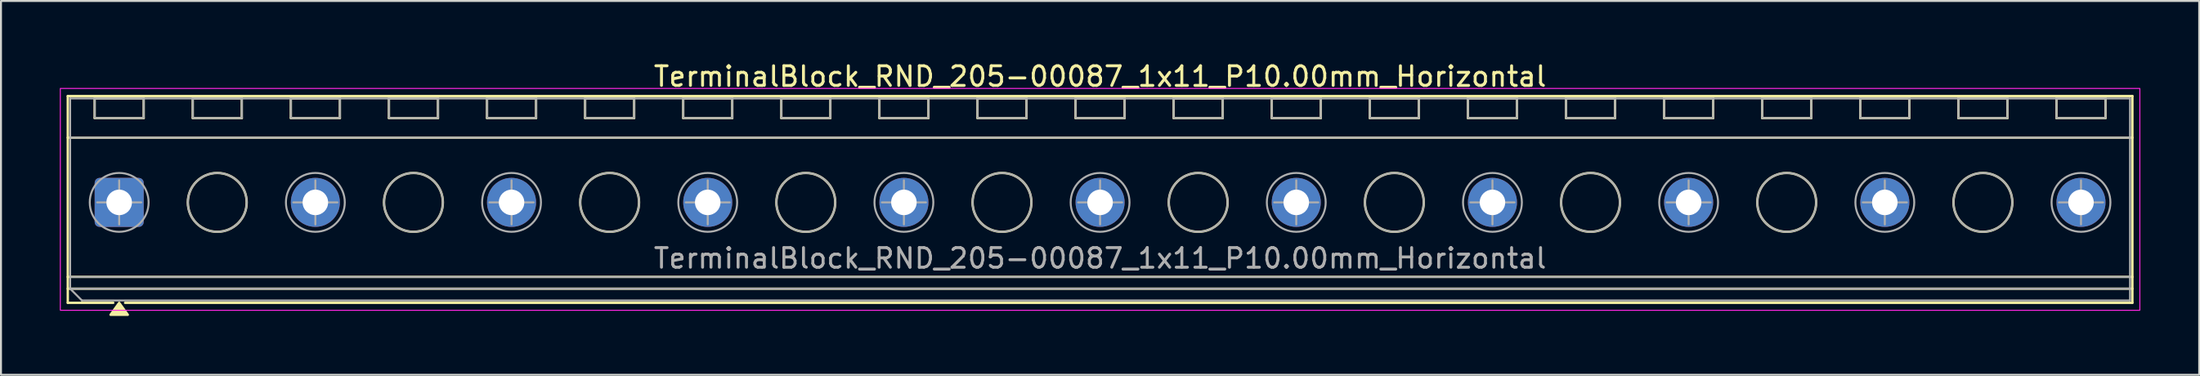
<source format=kicad_pcb>
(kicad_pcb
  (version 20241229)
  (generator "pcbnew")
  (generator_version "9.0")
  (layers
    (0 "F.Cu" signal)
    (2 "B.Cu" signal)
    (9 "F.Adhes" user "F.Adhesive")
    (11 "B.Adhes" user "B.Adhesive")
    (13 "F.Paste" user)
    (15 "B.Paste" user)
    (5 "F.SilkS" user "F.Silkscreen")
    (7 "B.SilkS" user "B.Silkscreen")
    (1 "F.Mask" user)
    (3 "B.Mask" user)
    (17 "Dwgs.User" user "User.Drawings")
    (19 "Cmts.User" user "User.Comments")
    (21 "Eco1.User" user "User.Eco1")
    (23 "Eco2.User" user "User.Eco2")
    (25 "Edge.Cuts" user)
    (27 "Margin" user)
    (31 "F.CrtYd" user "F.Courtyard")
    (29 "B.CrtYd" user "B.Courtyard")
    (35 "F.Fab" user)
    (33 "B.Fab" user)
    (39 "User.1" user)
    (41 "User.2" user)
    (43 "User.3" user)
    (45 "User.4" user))
  (footprint "TerminalBlock_RND_205-00087_1x11_P10.00mm_Horizontal"
    (layer "F.Cu")
    (at 3.025 7.268)
    (property "Reference" "TerminalBlock_RND_205-00087_1x11_P10.00mm_Horizontal" (at 50 -6.42 0) (layer "F.SilkS") (effects (font (size 1 1) (thickness 0.15))))
    (attr through_hole)
    (fp_line (start -2.62 -5.42) (end 102.62 -5.42) (stroke (width 0.12) (type solid)) (layer "F.SilkS"))
    (fp_line (start -2.62 -3.3) (end 102.62 -3.3) (stroke (width 0.12) (type solid)) (layer "F.SilkS"))
    (fp_line (start -2.62 3.8) (end 102.62 3.8) (stroke (width 0.12) (type solid)) (layer "F.SilkS"))
    (fp_line (start -2.62 4.4) (end 102.62 4.4) (stroke (width 0.12) (type solid)) (layer "F.SilkS"))
    (fp_line (start -2.62 5.12) (end -2.62 -5.42) (stroke (width 0.12) (type solid)) (layer "F.SilkS"))
    (fp_line (start -1.25 -5.3) (end 1.25 -5.3) (stroke (width 0.12) (type solid)) (layer "F.SilkS"))
    (fp_line (start -1.25 -4.3) (end -1.25 -5.3) (stroke (width 0.12) (type solid)) (layer "F.SilkS"))
    (fp_line (start -0.3 5.12) (end -2.62 5.12) (stroke (width 0.12) (type solid)) (layer "F.SilkS"))
    (fp_line (start 1.25 -5.3) (end 1.25 -4.3) (stroke (width 0.12) (type solid)) (layer "F.SilkS"))
    (fp_line (start 1.25 -4.3) (end -1.25 -4.3) (stroke (width 0.12) (type solid)) (layer "F.SilkS"))
    (fp_line (start 3.75 -5.3) (end 6.25 -5.3) (stroke (width 0.12) (type solid)) (layer "F.SilkS"))
    (fp_line (start 3.75 -4.3) (end 3.75 -5.3) (stroke (width 0.12) (type solid)) (layer "F.SilkS"))
    (fp_line (start 6.25 -5.3) (end 6.25 -4.3) (stroke (width 0.12) (type solid)) (layer "F.SilkS"))
    (fp_line (start 6.25 -4.3) (end 3.75 -4.3) (stroke (width 0.12) (type solid)) (layer "F.SilkS"))
    (fp_line (start 8.75 -5.3) (end 11.25 -5.3) (stroke (width 0.12) (type solid)) (layer "F.SilkS"))
    (fp_line (start 8.75 -4.3) (end 8.75 -5.3) (stroke (width 0.12) (type solid)) (layer "F.SilkS"))
    (fp_line (start 11.25 -5.3) (end 11.25 -4.3) (stroke (width 0.12) (type solid)) (layer "F.SilkS"))
    (fp_line (start 11.25 -4.3) (end 8.75 -4.3) (stroke (width 0.12) (type solid)) (layer "F.SilkS"))
    (fp_line (start 13.75 -5.3) (end 16.25 -5.3) (stroke (width 0.12) (type solid)) (layer "F.SilkS"))
    (fp_line (start 13.75 -4.3) (end 13.75 -5.3) (stroke (width 0.12) (type solid)) (layer "F.SilkS"))
    (fp_line (start 16.25 -5.3) (end 16.25 -4.3) (stroke (width 0.12) (type solid)) (layer "F.SilkS"))
    (fp_line (start 16.25 -4.3) (end 13.75 -4.3) (stroke (width 0.12) (type solid)) (layer "F.SilkS"))
    (fp_line (start 18.75 -5.3) (end 21.25 -5.3) (stroke (width 0.12) (type solid)) (layer "F.SilkS"))
    (fp_line (start 18.75 -4.3) (end 18.75 -5.3) (stroke (width 0.12) (type solid)) (layer "F.SilkS"))
    (fp_line (start 21.25 -5.3) (end 21.25 -4.3) (stroke (width 0.12) (type solid)) (layer "F.SilkS"))
    (fp_line (start 21.25 -4.3) (end 18.75 -4.3) (stroke (width 0.12) (type solid)) (layer "F.SilkS"))
    (fp_line (start 23.75 -5.3) (end 26.25 -5.3) (stroke (width 0.12) (type solid)) (layer "F.SilkS"))
    (fp_line (start 23.75 -4.3) (end 23.75 -5.3) (stroke (width 0.12) (type solid)) (layer "F.SilkS"))
    (fp_line (start 26.25 -5.3) (end 26.25 -4.3) (stroke (width 0.12) (type solid)) (layer "F.SilkS"))
    (fp_line (start 26.25 -4.3) (end 23.75 -4.3) (stroke (width 0.12) (type solid)) (layer "F.SilkS"))
    (fp_line (start 28.75 -5.3) (end 31.25 -5.3) (stroke (width 0.12) (type solid)) (layer "F.SilkS"))
    (fp_line (start 28.75 -4.3) (end 28.75 -5.3) (stroke (width 0.12) (type solid)) (layer "F.SilkS"))
    (fp_line (start 31.25 -5.3) (end 31.25 -4.3) (stroke (width 0.12) (type solid)) (layer "F.SilkS"))
    (fp_line (start 31.25 -4.3) (end 28.75 -4.3) (stroke (width 0.12) (type solid)) (layer "F.SilkS"))
    (fp_line (start 33.75 -5.3) (end 36.25 -5.3) (stroke (width 0.12) (type solid)) (layer "F.SilkS"))
    (fp_line (start 33.75 -4.3) (end 33.75 -5.3) (stroke (width 0.12) (type solid)) (layer "F.SilkS"))
    (fp_line (start 36.25 -5.3) (end 36.25 -4.3) (stroke (width 0.12) (type solid)) (layer "F.SilkS"))
    (fp_line (start 36.25 -4.3) (end 33.75 -4.3) (stroke (width 0.12) (type solid)) (layer "F.SilkS"))
    (fp_line (start 38.75 -5.3) (end 41.25 -5.3) (stroke (width 0.12) (type solid)) (layer "F.SilkS"))
    (fp_line (start 38.75 -4.3) (end 38.75 -5.3) (stroke (width 0.12) (type solid)) (layer "F.SilkS"))
    (fp_line (start 41.25 -5.3) (end 41.25 -4.3) (stroke (width 0.12) (type solid)) (layer "F.SilkS"))
    (fp_line (start 41.25 -4.3) (end 38.75 -4.3) (stroke (width 0.12) (type solid)) (layer "F.SilkS"))
    (fp_line (start 43.75 -5.3) (end 46.25 -5.3) (stroke (width 0.12) (type solid)) (layer "F.SilkS"))
    (fp_line (start 43.75 -4.3) (end 43.75 -5.3) (stroke (width 0.12) (type solid)) (layer "F.SilkS"))
    (fp_line (start 46.25 -5.3) (end 46.25 -4.3) (stroke (width 0.12) (type solid)) (layer "F.SilkS"))
    (fp_line (start 46.25 -4.3) (end 43.75 -4.3) (stroke (width 0.12) (type solid)) (layer "F.SilkS"))
    (fp_line (start 48.75 -5.3) (end 51.25 -5.3) (stroke (width 0.12) (type solid)) (layer "F.SilkS"))
    (fp_line (start 48.75 -4.3) (end 48.75 -5.3) (stroke (width 0.12) (type solid)) (layer "F.SilkS"))
    (fp_line (start 51.25 -5.3) (end 51.25 -4.3) (stroke (width 0.12) (type solid)) (layer "F.SilkS"))
    (fp_line (start 51.25 -4.3) (end 48.75 -4.3) (stroke (width 0.12) (type solid)) (layer "F.SilkS"))
    (fp_line (start 53.75 -5.3) (end 56.25 -5.3) (stroke (width 0.12) (type solid)) (layer "F.SilkS"))
    (fp_line (start 53.75 -4.3) (end 53.75 -5.3) (stroke (width 0.12) (type solid)) (layer "F.SilkS"))
    (fp_line (start 56.25 -5.3) (end 56.25 -4.3) (stroke (width 0.12) (type solid)) (layer "F.SilkS"))
    (fp_line (start 56.25 -4.3) (end 53.75 -4.3) (stroke (width 0.12) (type solid)) (layer "F.SilkS"))
    (fp_line (start 58.75 -5.3) (end 61.25 -5.3) (stroke (width 0.12) (type solid)) (layer "F.SilkS"))
    (fp_line (start 58.75 -4.3) (end 58.75 -5.3) (stroke (width 0.12) (type solid)) (layer "F.SilkS"))
    (fp_line (start 61.25 -5.3) (end 61.25 -4.3) (stroke (width 0.12) (type solid)) (layer "F.SilkS"))
    (fp_line (start 61.25 -4.3) (end 58.75 -4.3) (stroke (width 0.12) (type solid)) (layer "F.SilkS"))
    (fp_line (start 63.75 -5.3) (end 66.25 -5.3) (stroke (width 0.12) (type solid)) (layer "F.SilkS"))
    (fp_line (start 63.75 -4.3) (end 63.75 -5.3) (stroke (width 0.12) (type solid)) (layer "F.SilkS"))
    (fp_line (start 66.25 -5.3) (end 66.25 -4.3) (stroke (width 0.12) (type solid)) (layer "F.SilkS"))
    (fp_line (start 66.25 -4.3) (end 63.75 -4.3) (stroke (width 0.12) (type solid)) (layer "F.SilkS"))
    (fp_line (start 68.75 -5.3) (end 71.25 -5.3) (stroke (width 0.12) (type solid)) (layer "F.SilkS"))
    (fp_line (start 68.75 -4.3) (end 68.75 -5.3) (stroke (width 0.12) (type solid)) (layer "F.SilkS"))
    (fp_line (start 71.25 -5.3) (end 71.25 -4.3) (stroke (width 0.12) (type solid)) (layer "F.SilkS"))
    (fp_line (start 71.25 -4.3) (end 68.75 -4.3) (stroke (width 0.12) (type solid)) (layer "F.SilkS"))
    (fp_line (start 73.75 -5.3) (end 76.25 -5.3) (stroke (width 0.12) (type solid)) (layer "F.SilkS"))
    (fp_line (start 73.75 -4.3) (end 73.75 -5.3) (stroke (width 0.12) (type solid)) (layer "F.SilkS"))
    (fp_line (start 76.25 -5.3) (end 76.25 -4.3) (stroke (width 0.12) (type solid)) (layer "F.SilkS"))
    (fp_line (start 76.25 -4.3) (end 73.75 -4.3) (stroke (width 0.12) (type solid)) (layer "F.SilkS"))
    (fp_line (start 78.75 -5.3) (end 81.25 -5.3) (stroke (width 0.12) (type solid)) (layer "F.SilkS"))
    (fp_line (start 78.75 -4.3) (end 78.75 -5.3) (stroke (width 0.12) (type solid)) (layer "F.SilkS"))
    (fp_line (start 81.25 -5.3) (end 81.25 -4.3) (stroke (width 0.12) (type solid)) (layer "F.SilkS"))
    (fp_line (start 81.25 -4.3) (end 78.75 -4.3) (stroke (width 0.12) (type solid)) (layer "F.SilkS"))
    (fp_line (start 83.75 -5.3) (end 86.25 -5.3) (stroke (width 0.12) (type solid)) (layer "F.SilkS"))
    (fp_line (start 83.75 -4.3) (end 83.75 -5.3) (stroke (width 0.12) (type solid)) (layer "F.SilkS"))
    (fp_line (start 86.25 -5.3) (end 86.25 -4.3) (stroke (width 0.12) (type solid)) (layer "F.SilkS"))
    (fp_line (start 86.25 -4.3) (end 83.75 -4.3) (stroke (width 0.12) (type solid)) (layer "F.SilkS"))
    (fp_line (start 88.75 -5.3) (end 91.25 -5.3) (stroke (width 0.12) (type solid)) (layer "F.SilkS"))
    (fp_line (start 88.75 -4.3) (end 88.75 -5.3) (stroke (width 0.12) (type solid)) (layer "F.SilkS"))
    (fp_line (start 91.25 -5.3) (end 91.25 -4.3) (stroke (width 0.12) (type solid)) (layer "F.SilkS"))
    (fp_line (start 91.25 -4.3) (end 88.75 -4.3) (stroke (width 0.12) (type solid)) (layer "F.SilkS"))
    (fp_line (start 93.75 -5.3) (end 96.25 -5.3) (stroke (width 0.12) (type solid)) (layer "F.SilkS"))
    (fp_line (start 93.75 -4.3) (end 93.75 -5.3) (stroke (width 0.12) (type solid)) (layer "F.SilkS"))
    (fp_line (start 96.25 -5.3) (end 96.25 -4.3) (stroke (width 0.12) (type solid)) (layer "F.SilkS"))
    (fp_line (start 96.25 -4.3) (end 93.75 -4.3) (stroke (width 0.12) (type solid)) (layer "F.SilkS"))
    (fp_line (start 98.75 -5.3) (end 101.25 -5.3) (stroke (width 0.12) (type solid)) (layer "F.SilkS"))
    (fp_line (start 98.75 -4.3) (end 98.75 -5.3) (stroke (width 0.12) (type solid)) (layer "F.SilkS"))
    (fp_line (start 101.25 -5.3) (end 101.25 -4.3) (stroke (width 0.12) (type solid)) (layer "F.SilkS"))
    (fp_line (start 101.25 -4.3) (end 98.75 -4.3) (stroke (width 0.12) (type solid)) (layer "F.SilkS"))
    (fp_line (start 102.62 -5.42) (end 102.62 5.12) (stroke (width 0.12) (type solid)) (layer "F.SilkS"))
    (fp_line (start 102.62 5.12) (end 0.3 5.12) (stroke (width 0.12) (type solid)) (layer "F.SilkS"))
    (fp_circle (center 5 0) (end 6.5 0) (stroke (width 0.12) (type solid)) (fill no) (layer "F.SilkS"))
    (fp_circle (center 15 0) (end 16.5 0) (stroke (width 0.12) (type solid)) (fill no) (layer "F.SilkS"))
    (fp_circle (center 25 0) (end 26.5 0) (stroke (width 0.12) (type solid)) (fill no) (layer "F.SilkS"))
    (fp_circle (center 35 0) (end 36.5 0) (stroke (width 0.12) (type solid)) (fill no) (layer "F.SilkS"))
    (fp_circle (center 45 0) (end 46.5 0) (stroke (width 0.12) (type solid)) (fill no) (layer "F.SilkS"))
    (fp_circle (center 55 0) (end 56.5 0) (stroke (width 0.12) (type solid)) (fill no) (layer "F.SilkS"))
    (fp_circle (center 65 0) (end 66.5 0) (stroke (width 0.12) (type solid)) (fill no) (layer "F.SilkS"))
    (fp_circle (center 75 0) (end 76.5 0) (stroke (width 0.12) (type solid)) (fill no) (layer "F.SilkS"))
    (fp_circle (center 85 0) (end 86.5 0) (stroke (width 0.12) (type solid)) (fill no) (layer "F.SilkS"))
    (fp_circle (center 95 0) (end 96.5 0) (stroke (width 0.12) (type solid)) (fill no) (layer "F.SilkS"))
    (fp_poly (pts (xy 0 5.12) (xy 0.44 5.73) (xy -0.44 5.73)) (stroke (width 0.12) (type solid)) (fill yes) (layer "F.SilkS"))
    (fp_rect (start -3 -5.81) (end 103 5.5) (stroke (width 0.05) (type solid)) (fill no) (layer "F.CrtYd"))
    (fp_line (start -2.5 -5.3) (end 102.5 -5.3) (stroke (width 0.1) (type solid)) (layer "F.Fab"))
    (fp_line (start -2.5 -3.3) (end 102.5 -3.3) (stroke (width 0.1) (type solid)) (layer "F.Fab"))
    (fp_line (start -2.5 3.8) (end 102.5 3.8) (stroke (width 0.1) (type solid)) (layer "F.Fab"))
    (fp_line (start -2.5 4.4) (end -2.5 -5.3) (stroke (width 0.1) (type solid)) (layer "F.Fab"))
    (fp_line (start -2.5 4.4) (end 102.5 4.4) (stroke (width 0.1) (type solid)) (layer "F.Fab"))
    (fp_line (start -1.9 5) (end -2.5 4.4) (stroke (width 0.1) (type solid)) (layer "F.Fab"))
    (fp_line (start -1.125 0) (end 1.125 0) (stroke (width 0.1) (type solid)) (layer "F.Fab"))
    (fp_line (start 0 -1.125) (end 0 1.125) (stroke (width 0.1) (type solid)) (layer "F.Fab"))
    (fp_line (start 8.875 0) (end 11.125 0) (stroke (width 0.1) (type solid)) (layer "F.Fab"))
    (fp_line (start 10 -1.125) (end 10 1.125) (stroke (width 0.1) (type solid)) (layer "F.Fab"))
    (fp_line (start 18.875 0) (end 21.125 0) (stroke (width 0.1) (type solid)) (layer "F.Fab"))
    (fp_line (start 20 -1.125) (end 20 1.125) (stroke (width 0.1) (type solid)) (layer "F.Fab"))
    (fp_line (start 28.875 0) (end 31.125 0) (stroke (width 0.1) (type solid)) (layer "F.Fab"))
    (fp_line (start 30 -1.125) (end 30 1.125) (stroke (width 0.1) (type solid)) (layer "F.Fab"))
    (fp_line (start 38.875 0) (end 41.125 0) (stroke (width 0.1) (type solid)) (layer "F.Fab"))
    (fp_line (start 40 -1.125) (end 40 1.125) (stroke (width 0.1) (type solid)) (layer "F.Fab"))
    (fp_line (start 48.875 0) (end 51.125 0) (stroke (width 0.1) (type solid)) (layer "F.Fab"))
    (fp_line (start 50 -1.125) (end 50 1.125) (stroke (width 0.1) (type solid)) (layer "F.Fab"))
    (fp_line (start 58.875 0) (end 61.125 0) (stroke (width 0.1) (type solid)) (layer "F.Fab"))
    (fp_line (start 60 -1.125) (end 60 1.125) (stroke (width 0.1) (type solid)) (layer "F.Fab"))
    (fp_line (start 68.875 0) (end 71.125 0) (stroke (width 0.1) (type solid)) (layer "F.Fab"))
    (fp_line (start 70 -1.125) (end 70 1.125) (stroke (width 0.1) (type solid)) (layer "F.Fab"))
    (fp_line (start 78.875 0) (end 81.125 0) (stroke (width 0.1) (type solid)) (layer "F.Fab"))
    (fp_line (start 80 -1.125) (end 80 1.125) (stroke (width 0.1) (type solid)) (layer "F.Fab"))
    (fp_line (start 88.875 0) (end 91.125 0) (stroke (width 0.1) (type solid)) (layer "F.Fab"))
    (fp_line (start 90 -1.125) (end 90 1.125) (stroke (width 0.1) (type solid)) (layer "F.Fab"))
    (fp_line (start 98.875 0) (end 101.125 0) (stroke (width 0.1) (type solid)) (layer "F.Fab"))
    (fp_line (start 100 -1.125) (end 100 1.125) (stroke (width 0.1) (type solid)) (layer "F.Fab"))
    (fp_line (start 102.5 -5.3) (end 102.5 5) (stroke (width 0.1) (type solid)) (layer "F.Fab"))
    (fp_line (start 102.5 5) (end -1.9 5) (stroke (width 0.1) (type solid)) (layer "F.Fab"))
    (fp_rect (start -1.25 -5.3) (end 1.25 -4.3) (stroke (width 0.1) (type solid)) (fill no) (layer "F.Fab"))
    (fp_rect (start 3.75 -5.3) (end 6.25 -4.3) (stroke (width 0.1) (type solid)) (fill no) (layer "F.Fab"))
    (fp_rect (start 8.75 -5.3) (end 11.25 -4.3) (stroke (width 0.1) (type solid)) (fill no) (layer "F.Fab"))
    (fp_rect (start 13.75 -5.3) (end 16.25 -4.3) (stroke (width 0.1) (type solid)) (fill no) (layer "F.Fab"))
    (fp_rect (start 18.75 -5.3) (end 21.25 -4.3) (stroke (width 0.1) (type solid)) (fill no) (layer "F.Fab"))
    (fp_rect (start 23.75 -5.3) (end 26.25 -4.3) (stroke (width 0.1) (type solid)) (fill no) (layer "F.Fab"))
    (fp_rect (start 28.75 -5.3) (end 31.25 -4.3) (stroke (width 0.1) (type solid)) (fill no) (layer "F.Fab"))
    (fp_rect (start 33.75 -5.3) (end 36.25 -4.3) (stroke (width 0.1) (type solid)) (fill no) (layer "F.Fab"))
    (fp_rect (start 38.75 -5.3) (end 41.25 -4.3) (stroke (width 0.1) (type solid)) (fill no) (layer "F.Fab"))
    (fp_rect (start 43.75 -5.3) (end 46.25 -4.3) (stroke (width 0.1) (type solid)) (fill no) (layer "F.Fab"))
    (fp_rect (start 48.75 -5.3) (end 51.25 -4.3) (stroke (width 0.1) (type solid)) (fill no) (layer "F.Fab"))
    (fp_rect (start 53.75 -5.3) (end 56.25 -4.3) (stroke (width 0.1) (type solid)) (fill no) (layer "F.Fab"))
    (fp_rect (start 58.75 -5.3) (end 61.25 -4.3) (stroke (width 0.1) (type solid)) (fill no) (layer "F.Fab"))
    (fp_rect (start 63.75 -5.3) (end 66.25 -4.3) (stroke (width 0.1) (type solid)) (fill no) (layer "F.Fab"))
    (fp_rect (start 68.75 -5.3) (end 71.25 -4.3) (stroke (width 0.1) (type solid)) (fill no) (layer "F.Fab"))
    (fp_rect (start 73.75 -5.3) (end 76.25 -4.3) (stroke (width 0.1) (type solid)) (fill no) (layer "F.Fab"))
    (fp_rect (start 78.75 -5.3) (end 81.25 -4.3) (stroke (width 0.1) (type solid)) (fill no) (layer "F.Fab"))
    (fp_rect (start 83.75 -5.3) (end 86.25 -4.3) (stroke (width 0.1) (type solid)) (fill no) (layer "F.Fab"))
    (fp_rect (start 88.75 -5.3) (end 91.25 -4.3) (stroke (width 0.1) (type solid)) (fill no) (layer "F.Fab"))
    (fp_rect (start 93.75 -5.3) (end 96.25 -4.3) (stroke (width 0.1) (type solid)) (fill no) (layer "F.Fab"))
    (fp_rect (start 98.75 -5.3) (end 101.25 -4.3) (stroke (width 0.1) (type solid)) (fill no) (layer "F.Fab"))
    (fp_circle (center 0 0) (end 1.5 0) (stroke (width 0.1) (type solid)) (fill no) (layer "F.Fab"))
    (fp_circle (center 5 0) (end 6.5 0) (stroke (width 0.1) (type solid)) (fill no) (layer "F.Fab"))
    (fp_circle (center 10 0) (end 11.5 0) (stroke (width 0.1) (type solid)) (fill no) (layer "F.Fab"))
    (fp_circle (center 15 0) (end 16.5 0) (stroke (width 0.1) (type solid)) (fill no) (layer "F.Fab"))
    (fp_circle (center 20 0) (end 21.5 0) (stroke (width 0.1) (type solid)) (fill no) (layer "F.Fab"))
    (fp_circle (center 25 0) (end 26.5 0) (stroke (width 0.1) (type solid)) (fill no) (layer "F.Fab"))
    (fp_circle (center 30 0) (end 31.5 0) (stroke (width 0.1) (type solid)) (fill no) (layer "F.Fab"))
    (fp_circle (center 35 0) (end 36.5 0) (stroke (width 0.1) (type solid)) (fill no) (layer "F.Fab"))
    (fp_circle (center 40 0) (end 41.5 0) (stroke (width 0.1) (type solid)) (fill no) (layer "F.Fab"))
    (fp_circle (center 45 0) (end 46.5 0) (stroke (width 0.1) (type solid)) (fill no) (layer "F.Fab"))
    (fp_circle (center 50 0) (end 51.5 0) (stroke (width 0.1) (type solid)) (fill no) (layer "F.Fab"))
    (fp_circle (center 55 0) (end 56.5 0) (stroke (width 0.1) (type solid)) (fill no) (layer "F.Fab"))
    (fp_circle (center 60 0) (end 61.5 0) (stroke (width 0.1) (type solid)) (fill no) (layer "F.Fab"))
    (fp_circle (center 65 0) (end 66.5 0) (stroke (width 0.1) (type solid)) (fill no) (layer "F.Fab"))
    (fp_circle (center 70 0) (end 71.5 0) (stroke (width 0.1) (type solid)) (fill no) (layer "F.Fab"))
    (fp_circle (center 75 0) (end 76.5 0) (stroke (width 0.1) (type solid)) (fill no) (layer "F.Fab"))
    (fp_circle (center 80 0) (end 81.5 0) (stroke (width 0.1) (type solid)) (fill no) (layer "F.Fab"))
    (fp_circle (center 85 0) (end 86.5 0) (stroke (width 0.1) (type solid)) (fill no) (layer "F.Fab"))
    (fp_circle (center 90 0) (end 91.5 0) (stroke (width 0.1) (type solid)) (fill no) (layer "F.Fab"))
    (fp_circle (center 95 0) (end 96.5 0) (stroke (width 0.1) (type solid)) (fill no) (layer "F.Fab"))
    (fp_circle (center 100 0) (end 101.5 0) (stroke (width 0.1) (type solid)) (fill no) (layer "F.Fab"))
    (fp_text user "${REFERENCE}" (at 50 2.85 0) (layer "F.Fab") (effects (font (size 1 1) (thickness 0.15))))
    (pad "1" thru_hole roundrect (at 0 0) (size 2.5 2.5) (drill 1.3) (layers "*.Cu" "*.Mask") (roundrect_rratio 0.1))
    (pad "2" thru_hole circle (at 10 0) (size 2.5 2.5) (drill 1.3) (layers "*.Cu" "*.Mask"))
    (pad "3" thru_hole circle (at 20 0) (size 2.5 2.5) (drill 1.3) (layers "*.Cu" "*.Mask"))
    (pad "4" thru_hole circle (at 30 0) (size 2.5 2.5) (drill 1.3) (layers "*.Cu" "*.Mask"))
    (pad "5" thru_hole circle (at 40 0) (size 2.5 2.5) (drill 1.3) (layers "*.Cu" "*.Mask"))
    (pad "6" thru_hole circle (at 50 0) (size 2.5 2.5) (drill 1.3) (layers "*.Cu" "*.Mask"))
    (pad "7" thru_hole circle (at 60 0) (size 2.5 2.5) (drill 1.3) (layers "*.Cu" "*.Mask"))
    (pad "8" thru_hole circle (at 70 0) (size 2.5 2.5) (drill 1.3) (layers "*.Cu" "*.Mask"))
    (pad "9" thru_hole circle (at 80 0) (size 2.5 2.5) (drill 1.3) (layers "*.Cu" "*.Mask"))
    (pad "10" thru_hole circle (at 90 0) (size 2.5 2.5) (drill 1.3) (layers "*.Cu" "*.Mask"))
    (pad "11" thru_hole circle (at 100 0) (size 2.5 2.5) (drill 1.3) (layers "*.Cu" "*.Mask")))
  (gr_rect
    (start -3 -3)
    (end 109.05 16.058)
    (stroke (width 0.1) (type default))
    (fill no)
    (layer "Edge.Cuts")))
</source>
